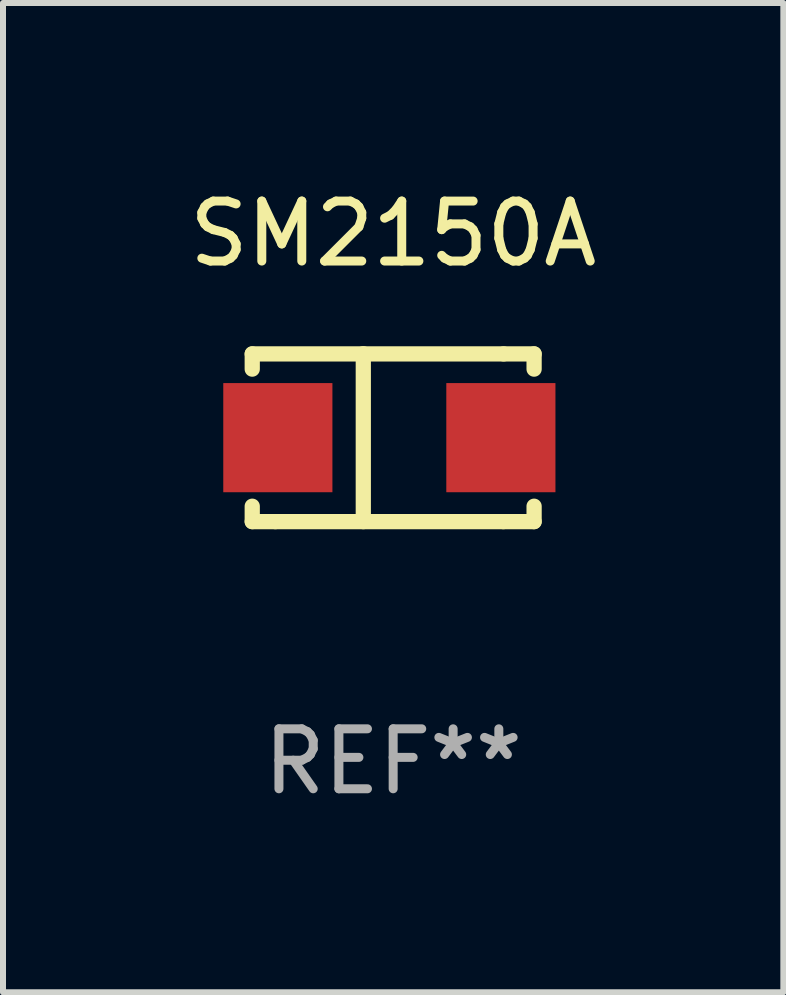
<source format=kicad_pcb>
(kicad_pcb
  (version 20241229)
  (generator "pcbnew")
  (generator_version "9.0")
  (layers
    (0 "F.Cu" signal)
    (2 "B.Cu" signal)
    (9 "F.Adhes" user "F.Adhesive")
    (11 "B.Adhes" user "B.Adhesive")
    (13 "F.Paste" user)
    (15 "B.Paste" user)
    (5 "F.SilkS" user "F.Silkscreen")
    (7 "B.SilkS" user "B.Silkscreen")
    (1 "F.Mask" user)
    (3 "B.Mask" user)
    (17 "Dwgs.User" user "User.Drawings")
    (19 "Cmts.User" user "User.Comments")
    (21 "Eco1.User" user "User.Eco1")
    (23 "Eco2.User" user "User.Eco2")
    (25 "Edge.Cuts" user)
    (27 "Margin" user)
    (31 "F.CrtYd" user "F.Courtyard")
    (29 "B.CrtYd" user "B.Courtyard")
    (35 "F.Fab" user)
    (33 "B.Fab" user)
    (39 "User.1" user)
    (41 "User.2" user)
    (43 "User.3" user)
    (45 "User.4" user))
  (footprint "SM2150A"
    (layer "F.Cu")
    (at 3.506 4.248)
    (property "Reference" "SM2150A" (at 0 -3.4 0) (layer "F.SilkS") (effects (font (size 1 1) (thickness 0.15))))
    (attr through_hole)
    (fp_line (start -2.35 -1.397) (end -2.35 -1.143) (stroke (width 0.254) (type solid)) (layer "F.SilkS"))
    (fp_line (start -2.35 1.4) (end -2.35 1.143) (stroke (width 0.254) (type solid)) (layer "F.SilkS"))
    (fp_line (start -1.964 1.4) (end -2.35 1.4) (stroke (width 0.254) (type solid)) (layer "F.SilkS"))
    (fp_line (start -1.964 1.4) (end 1.837 1.4) (stroke (width 0.254) (type solid)) (layer "F.SilkS"))
    (fp_line (start -0.498 -1.4) (end -0.498 1.4) (stroke (width 0.254) (type solid)) (layer "F.SilkS"))
    (fp_line (start 1.837 1.4) (end 2.35 1.4) (stroke (width 0.254) (type solid)) (layer "F.SilkS"))
    (fp_line (start 1.842 -1.397) (end -2.35 -1.397) (stroke (width 0.254) (type solid)) (layer "F.SilkS"))
    (fp_line (start 1.842 -1.397) (end 2.35 -1.397) (stroke (width 0.254) (type solid)) (layer "F.SilkS"))
    (fp_line (start 2.35 -1.397) (end 2.35 -1.143) (stroke (width 0.254) (type solid)) (layer "F.SilkS"))
    (fp_line (start 2.35 1.4) (end 2.35 1.143) (stroke (width 0.254) (type solid)) (layer "F.SilkS"))
    (fp_circle (center -2.355 1.25) (end -2.325 1.25) (stroke (width 0.06) (type solid)) (fill no) (layer "F.SilkS"))
    (fp_text user "REF**" (at 0 5.4 0) (layer "F.Fab") (effects (font (size 1 1) (thickness 0.15))))
    (pad "1" smd rect (at -1.923 -0.000076) (size 1.82 1.82) (layers "F.Cu" "F.Mask" "F.Paste"))
    (pad "2" smd rect (at 1.796 -0.000076) (size 1.82 1.82) (layers "F.Cu" "F.Mask" "F.Paste")))
  (gr_rect
    (start -3 -3)
    (end 10.012 13.496)
    (stroke (width 0.1) (type default))
    (fill no)
    (layer "Edge.Cuts")))
</source>
